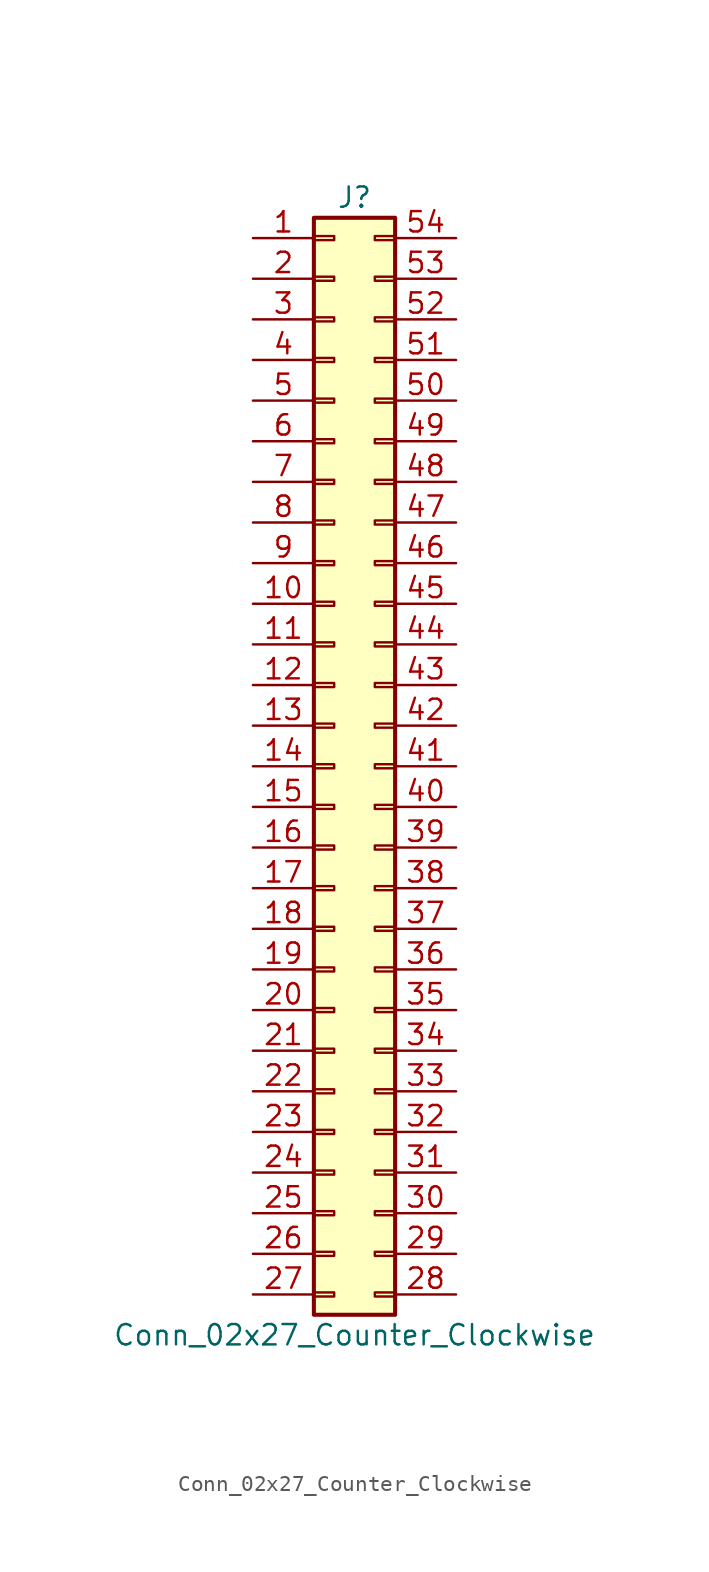
<source format=kicad_sym>
(kicad_symbol_lib
  (version 20201005)
  (generator kicad_symbol_editor)
  (symbol "Conn_02x27_Counter_Clockwise"
    (pin_names
      (offset 1.016) hide)
    (property "Reference" "J"
      (at 1.27 35.56 0)
      (effects (font (size 1.27 1.27))))
    (property "Value" "Conn_02x27_Counter_Clockwise"
      (at 1.27 -35.56 0)
      (effects (font (size 1.27 1.27))))
    (symbol "Conn_02x27_Counter_Clockwise_1_1"
      (rectangle (start -1.27 -32.893) (end 0 -33.147) (stroke (width 0.152)) (fill (type none)))
      (rectangle (start -1.27 -30.353) (end 0 -30.607) (stroke (width 0.152)) (fill (type none)))
      (rectangle (start -1.27 -27.813) (end 0 -28.067) (stroke (width 0.152)) (fill (type none)))
      (rectangle (start -1.27 -25.273) (end 0 -25.527) (stroke (width 0.152)) (fill (type none)))
      (rectangle (start -1.27 -22.733) (end 0 -22.987) (stroke (width 0.152)) (fill (type none)))
      (rectangle (start -1.27 -20.193) (end 0 -20.447) (stroke (width 0.152)) (fill (type none)))
      (rectangle (start -1.27 -17.653) (end 0 -17.907) (stroke (width 0.152)) (fill (type none)))
      (rectangle (start -1.27 -15.113) (end 0 -15.367) (stroke (width 0.152)) (fill (type none)))
      (rectangle (start -1.27 -12.573) (end 0 -12.827) (stroke (width 0.152)) (fill (type none)))
      (rectangle (start -1.27 -10.033) (end 0 -10.287) (stroke (width 0.152)) (fill (type none)))
      (rectangle (start -1.27 -7.493) (end 0 -7.747) (stroke (width 0.152)) (fill (type none)))
      (rectangle (start -1.27 -4.953) (end 0 -5.207) (stroke (width 0.152)) (fill (type none)))
      (rectangle (start -1.27 -2.413) (end 0 -2.667) (stroke (width 0.152)) (fill (type none)))
      (rectangle (start -1.27 0.127) (end 0 -0.127) (stroke (width 0.152)) (fill (type none)))
      (rectangle (start -1.27 2.667) (end 0 2.413) (stroke (width 0.152)) (fill (type none)))
      (rectangle (start -1.27 5.207) (end 0 4.953) (stroke (width 0.152)) (fill (type none)))
      (rectangle (start -1.27 7.747) (end 0 7.493) (stroke (width 0.152)) (fill (type none)))
      (rectangle (start -1.27 10.287) (end 0 10.033) (stroke (width 0.152)) (fill (type none)))
      (rectangle (start -1.27 12.827) (end 0 12.573) (stroke (width 0.152)) (fill (type none)))
      (rectangle (start -1.27 15.367) (end 0 15.113) (stroke (width 0.152)) (fill (type none)))
      (rectangle (start -1.27 17.907) (end 0 17.653) (stroke (width 0.152)) (fill (type none)))
      (rectangle (start -1.27 20.447) (end 0 20.193) (stroke (width 0.152)) (fill (type none)))
      (rectangle (start -1.27 22.987) (end 0 22.733) (stroke (width 0.152)) (fill (type none)))
      (rectangle (start -1.27 25.527) (end 0 25.273) (stroke (width 0.152)) (fill (type none)))
      (rectangle (start -1.27 28.067) (end 0 27.813) (stroke (width 0.152)) (fill (type none)))
      (rectangle (start -1.27 30.607) (end 0 30.353) (stroke (width 0.152)) (fill (type none)))
      (rectangle (start -1.27 33.147) (end 0 32.893) (stroke (width 0.152)) (fill (type none)))
      (rectangle (start -1.27 34.29) (end 3.81 -34.29) (stroke (width 0.254)) (fill (type background)))
      (rectangle (start 3.81 -32.893) (end 2.54 -33.147) (stroke (width 0.152)) (fill (type none)))
      (rectangle (start 3.81 -30.353) (end 2.54 -30.607) (stroke (width 0.152)) (fill (type none)))
      (rectangle (start 3.81 -27.813) (end 2.54 -28.067) (stroke (width 0.152)) (fill (type none)))
      (rectangle (start 3.81 -25.273) (end 2.54 -25.527) (stroke (width 0.152)) (fill (type none)))
      (rectangle (start 3.81 -22.733) (end 2.54 -22.987) (stroke (width 0.152)) (fill (type none)))
      (rectangle (start 3.81 -20.193) (end 2.54 -20.447) (stroke (width 0.152)) (fill (type none)))
      (rectangle (start 3.81 -17.653) (end 2.54 -17.907) (stroke (width 0.152)) (fill (type none)))
      (rectangle (start 3.81 -15.113) (end 2.54 -15.367) (stroke (width 0.152)) (fill (type none)))
      (rectangle (start 3.81 -12.573) (end 2.54 -12.827) (stroke (width 0.152)) (fill (type none)))
      (rectangle (start 3.81 -10.033) (end 2.54 -10.287) (stroke (width 0.152)) (fill (type none)))
      (rectangle (start 3.81 -7.493) (end 2.54 -7.747) (stroke (width 0.152)) (fill (type none)))
      (rectangle (start 3.81 -4.953) (end 2.54 -5.207) (stroke (width 0.152)) (fill (type none)))
      (rectangle (start 3.81 -2.413) (end 2.54 -2.667) (stroke (width 0.152)) (fill (type none)))
      (rectangle (start 3.81 0.127) (end 2.54 -0.127) (stroke (width 0.152)) (fill (type none)))
      (rectangle (start 3.81 2.667) (end 2.54 2.413) (stroke (width 0.152)) (fill (type none)))
      (rectangle (start 3.81 5.207) (end 2.54 4.953) (stroke (width 0.152)) (fill (type none)))
      (rectangle (start 3.81 7.747) (end 2.54 7.493) (stroke (width 0.152)) (fill (type none)))
      (rectangle (start 3.81 10.287) (end 2.54 10.033) (stroke (width 0.152)) (fill (type none)))
      (rectangle (start 3.81 12.827) (end 2.54 12.573) (stroke (width 0.152)) (fill (type none)))
      (rectangle (start 3.81 15.367) (end 2.54 15.113) (stroke (width 0.152)) (fill (type none)))
      (rectangle (start 3.81 17.907) (end 2.54 17.653) (stroke (width 0.152)) (fill (type none)))
      (rectangle (start 3.81 20.447) (end 2.54 20.193) (stroke (width 0.152)) (fill (type none)))
      (rectangle (start 3.81 22.987) (end 2.54 22.733) (stroke (width 0.152)) (fill (type none)))
      (rectangle (start 3.81 25.527) (end 2.54 25.273) (stroke (width 0.152)) (fill (type none)))
      (rectangle (start 3.81 28.067) (end 2.54 27.813) (stroke (width 0.152)) (fill (type none)))
      (rectangle (start 3.81 30.607) (end 2.54 30.353) (stroke (width 0.152)) (fill (type none)))
      (rectangle (start 3.81 33.147) (end 2.54 32.893) (stroke (width 0.152)) (fill (type none)))
      (pin passive line (at -5.08 33.02 0) (length 3.81) (name "Pin_1" (effects (font (size 1.27 1.27)))) (number "1" (effects (font (size 1.27 1.27)))))
      (pin passive line (at -5.08 10.16 0) (length 3.81) (name "Pin_10" (effects (font (size 1.27 1.27)))) (number "10" (effects (font (size 1.27 1.27)))))
      (pin passive line (at -5.08 7.62 0) (length 3.81) (name "Pin_11" (effects (font (size 1.27 1.27)))) (number "11" (effects (font (size 1.27 1.27)))))
      (pin passive line (at -5.08 5.08 0) (length 3.81) (name "Pin_12" (effects (font (size 1.27 1.27)))) (number "12" (effects (font (size 1.27 1.27)))))
      (pin passive line (at -5.08 2.54 0) (length 3.81) (name "Pin_13" (effects (font (size 1.27 1.27)))) (number "13" (effects (font (size 1.27 1.27)))))
      (pin passive line (at -5.08 0 0) (length 3.81) (name "Pin_14" (effects (font (size 1.27 1.27)))) (number "14" (effects (font (size 1.27 1.27)))))
      (pin passive line (at -5.08 -2.54 0) (length 3.81) (name "Pin_15" (effects (font (size 1.27 1.27)))) (number "15" (effects (font (size 1.27 1.27)))))
      (pin passive line (at -5.08 -5.08 0) (length 3.81) (name "Pin_16" (effects (font (size 1.27 1.27)))) (number "16" (effects (font (size 1.27 1.27)))))
      (pin passive line (at -5.08 -7.62 0) (length 3.81) (name "Pin_17" (effects (font (size 1.27 1.27)))) (number "17" (effects (font (size 1.27 1.27)))))
      (pin passive line (at -5.08 -10.16 0) (length 3.81) (name "Pin_18" (effects (font (size 1.27 1.27)))) (number "18" (effects (font (size 1.27 1.27)))))
      (pin passive line (at -5.08 -12.7 0) (length 3.81) (name "Pin_19" (effects (font (size 1.27 1.27)))) (number "19" (effects (font (size 1.27 1.27)))))
      (pin passive line (at -5.08 30.48 0) (length 3.81) (name "Pin_2" (effects (font (size 1.27 1.27)))) (number "2" (effects (font (size 1.27 1.27)))))
      (pin passive line (at -5.08 -15.24 0) (length 3.81) (name "Pin_20" (effects (font (size 1.27 1.27)))) (number "20" (effects (font (size 1.27 1.27)))))
      (pin passive line (at -5.08 -17.78 0) (length 3.81) (name "Pin_21" (effects (font (size 1.27 1.27)))) (number "21" (effects (font (size 1.27 1.27)))))
      (pin passive line (at -5.08 -20.32 0) (length 3.81) (name "Pin_22" (effects (font (size 1.27 1.27)))) (number "22" (effects (font (size 1.27 1.27)))))
      (pin passive line (at -5.08 -22.86 0) (length 3.81) (name "Pin_23" (effects (font (size 1.27 1.27)))) (number "23" (effects (font (size 1.27 1.27)))))
      (pin passive line (at -5.08 -25.4 0) (length 3.81) (name "Pin_24" (effects (font (size 1.27 1.27)))) (number "24" (effects (font (size 1.27 1.27)))))
      (pin passive line (at -5.08 -27.94 0) (length 3.81) (name "Pin_25" (effects (font (size 1.27 1.27)))) (number "25" (effects (font (size 1.27 1.27)))))
      (pin passive line (at -5.08 -30.48 0) (length 3.81) (name "Pin_26" (effects (font (size 1.27 1.27)))) (number "26" (effects (font (size 1.27 1.27)))))
      (pin passive line (at -5.08 -33.02 0) (length 3.81) (name "Pin_27" (effects (font (size 1.27 1.27)))) (number "27" (effects (font (size 1.27 1.27)))))
      (pin passive line (at 7.62 -33.02 180) (length 3.81) (name "Pin_28" (effects (font (size 1.27 1.27)))) (number "28" (effects (font (size 1.27 1.27)))))
      (pin passive line (at 7.62 -30.48 180) (length 3.81) (name "Pin_29" (effects (font (size 1.27 1.27)))) (number "29" (effects (font (size 1.27 1.27)))))
      (pin passive line (at -5.08 27.94 0) (length 3.81) (name "Pin_3" (effects (font (size 1.27 1.27)))) (number "3" (effects (font (size 1.27 1.27)))))
      (pin passive line (at 7.62 -27.94 180) (length 3.81) (name "Pin_30" (effects (font (size 1.27 1.27)))) (number "30" (effects (font (size 1.27 1.27)))))
      (pin passive line (at 7.62 -25.4 180) (length 3.81) (name "Pin_31" (effects (font (size 1.27 1.27)))) (number "31" (effects (font (size 1.27 1.27)))))
      (pin passive line (at 7.62 -22.86 180) (length 3.81) (name "Pin_32" (effects (font (size 1.27 1.27)))) (number "32" (effects (font (size 1.27 1.27)))))
      (pin passive line (at 7.62 -20.32 180) (length 3.81) (name "Pin_33" (effects (font (size 1.27 1.27)))) (number "33" (effects (font (size 1.27 1.27)))))
      (pin passive line (at 7.62 -17.78 180) (length 3.81) (name "Pin_34" (effects (font (size 1.27 1.27)))) (number "34" (effects (font (size 1.27 1.27)))))
      (pin passive line (at 7.62 -15.24 180) (length 3.81) (name "Pin_35" (effects (font (size 1.27 1.27)))) (number "35" (effects (font (size 1.27 1.27)))))
      (pin passive line (at 7.62 -12.7 180) (length 3.81) (name "Pin_36" (effects (font (size 1.27 1.27)))) (number "36" (effects (font (size 1.27 1.27)))))
      (pin passive line (at 7.62 -10.16 180) (length 3.81) (name "Pin_37" (effects (font (size 1.27 1.27)))) (number "37" (effects (font (size 1.27 1.27)))))
      (pin passive line (at 7.62 -7.62 180) (length 3.81) (name "Pin_38" (effects (font (size 1.27 1.27)))) (number "38" (effects (font (size 1.27 1.27)))))
      (pin passive line (at 7.62 -5.08 180) (length 3.81) (name "Pin_39" (effects (font (size 1.27 1.27)))) (number "39" (effects (font (size 1.27 1.27)))))
      (pin passive line (at -5.08 25.4 0) (length 3.81) (name "Pin_4" (effects (font (size 1.27 1.27)))) (number "4" (effects (font (size 1.27 1.27)))))
      (pin passive line (at 7.62 -2.54 180) (length 3.81) (name "Pin_40" (effects (font (size 1.27 1.27)))) (number "40" (effects (font (size 1.27 1.27)))))
      (pin passive line (at 7.62 0 180) (length 3.81) (name "Pin_41" (effects (font (size 1.27 1.27)))) (number "41" (effects (font (size 1.27 1.27)))))
      (pin passive line (at 7.62 2.54 180) (length 3.81) (name "Pin_42" (effects (font (size 1.27 1.27)))) (number "42" (effects (font (size 1.27 1.27)))))
      (pin passive line (at 7.62 5.08 180) (length 3.81) (name "Pin_43" (effects (font (size 1.27 1.27)))) (number "43" (effects (font (size 1.27 1.27)))))
      (pin passive line (at 7.62 7.62 180) (length 3.81) (name "Pin_44" (effects (font (size 1.27 1.27)))) (number "44" (effects (font (size 1.27 1.27)))))
      (pin passive line (at 7.62 10.16 180) (length 3.81) (name "Pin_45" (effects (font (size 1.27 1.27)))) (number "45" (effects (font (size 1.27 1.27)))))
      (pin passive line (at 7.62 12.7 180) (length 3.81) (name "Pin_46" (effects (font (size 1.27 1.27)))) (number "46" (effects (font (size 1.27 1.27)))))
      (pin passive line (at 7.62 15.24 180) (length 3.81) (name "Pin_47" (effects (font (size 1.27 1.27)))) (number "47" (effects (font (size 1.27 1.27)))))
      (pin passive line (at 7.62 17.78 180) (length 3.81) (name "Pin_48" (effects (font (size 1.27 1.27)))) (number "48" (effects (font (size 1.27 1.27)))))
      (pin passive line (at 7.62 20.32 180) (length 3.81) (name "Pin_49" (effects (font (size 1.27 1.27)))) (number "49" (effects (font (size 1.27 1.27)))))
      (pin passive line (at -5.08 22.86 0) (length 3.81) (name "Pin_5" (effects (font (size 1.27 1.27)))) (number "5" (effects (font (size 1.27 1.27)))))
      (pin passive line (at 7.62 22.86 180) (length 3.81) (name "Pin_50" (effects (font (size 1.27 1.27)))) (number "50" (effects (font (size 1.27 1.27)))))
      (pin passive line (at 7.62 25.4 180) (length 3.81) (name "Pin_51" (effects (font (size 1.27 1.27)))) (number "51" (effects (font (size 1.27 1.27)))))
      (pin passive line (at 7.62 27.94 180) (length 3.81) (name "Pin_52" (effects (font (size 1.27 1.27)))) (number "52" (effects (font (size 1.27 1.27)))))
      (pin passive line (at 7.62 30.48 180) (length 3.81) (name "Pin_53" (effects (font (size 1.27 1.27)))) (number "53" (effects (font (size 1.27 1.27)))))
      (pin passive line (at 7.62 33.02 180) (length 3.81) (name "Pin_54" (effects (font (size 1.27 1.27)))) (number "54" (effects (font (size 1.27 1.27)))))
      (pin passive line (at -5.08 20.32 0) (length 3.81) (name "Pin_6" (effects (font (size 1.27 1.27)))) (number "6" (effects (font (size 1.27 1.27)))))
      (pin passive line (at -5.08 17.78 0) (length 3.81) (name "Pin_7" (effects (font (size 1.27 1.27)))) (number "7" (effects (font (size 1.27 1.27)))))
      (pin passive line (at -5.08 15.24 0) (length 3.81) (name "Pin_8" (effects (font (size 1.27 1.27)))) (number "8" (effects (font (size 1.27 1.27)))))
      (pin passive line (at -5.08 12.7 0) (length 3.81) (name "Pin_9" (effects (font (size 1.27 1.27)))) (number "9" (effects (font (size 1.27 1.27))))))))
</source>
